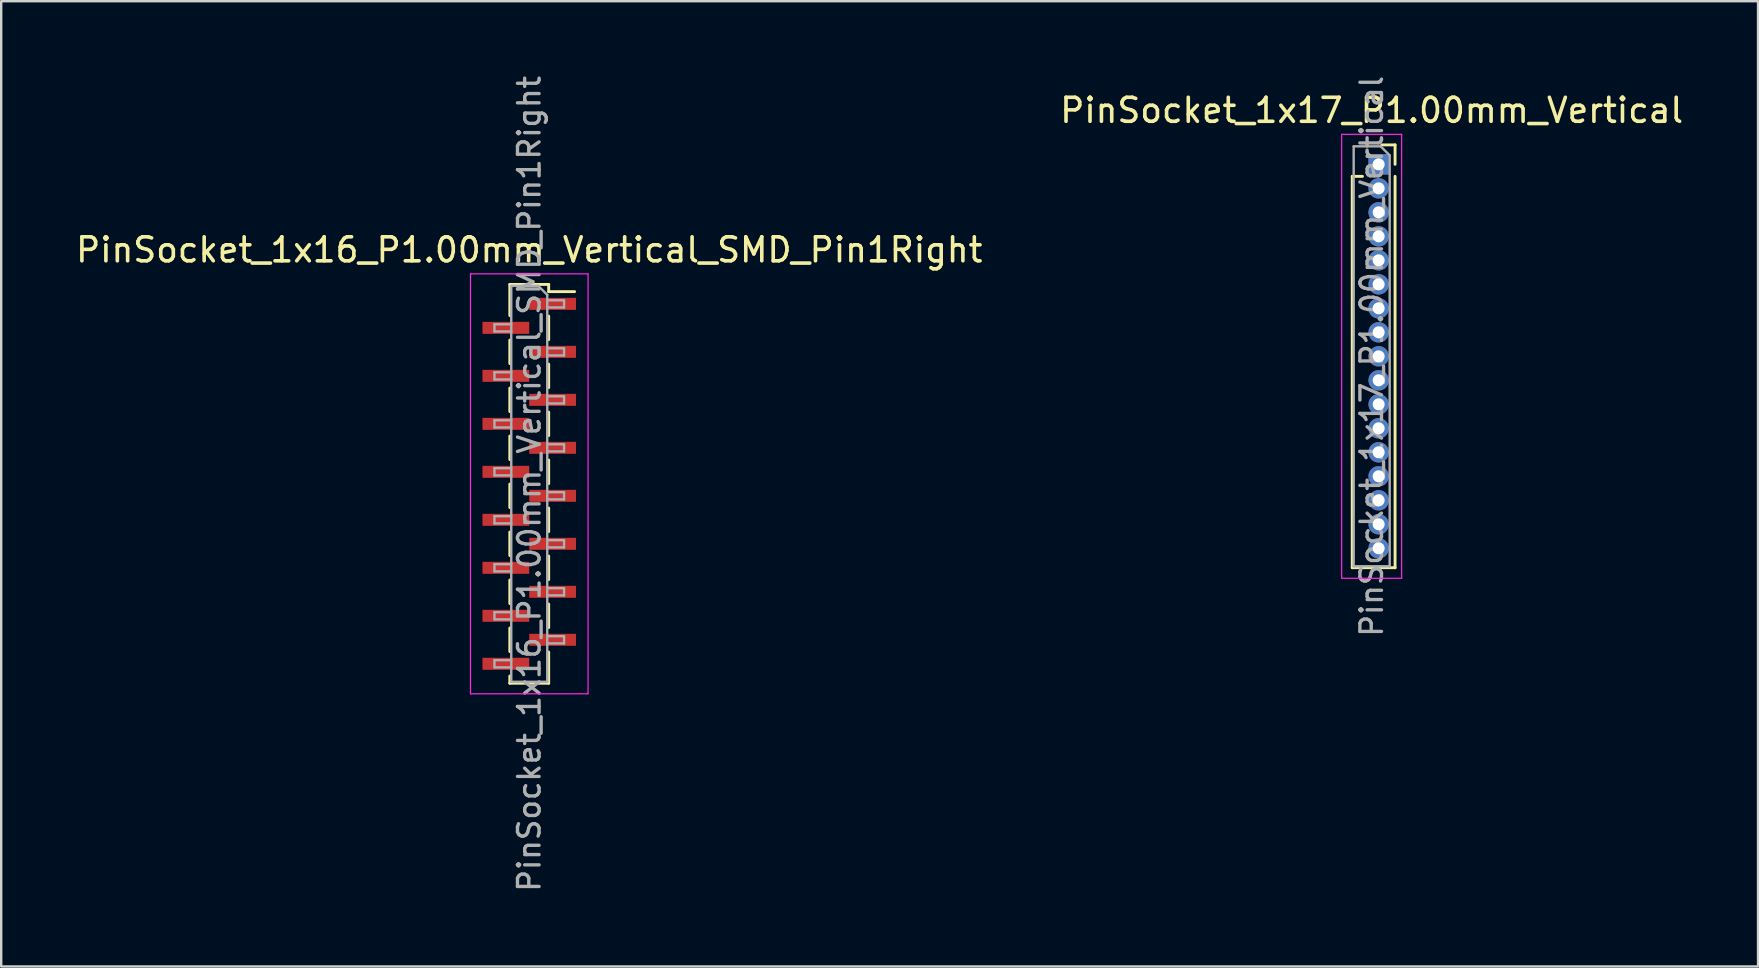
<source format=kicad_pcb>
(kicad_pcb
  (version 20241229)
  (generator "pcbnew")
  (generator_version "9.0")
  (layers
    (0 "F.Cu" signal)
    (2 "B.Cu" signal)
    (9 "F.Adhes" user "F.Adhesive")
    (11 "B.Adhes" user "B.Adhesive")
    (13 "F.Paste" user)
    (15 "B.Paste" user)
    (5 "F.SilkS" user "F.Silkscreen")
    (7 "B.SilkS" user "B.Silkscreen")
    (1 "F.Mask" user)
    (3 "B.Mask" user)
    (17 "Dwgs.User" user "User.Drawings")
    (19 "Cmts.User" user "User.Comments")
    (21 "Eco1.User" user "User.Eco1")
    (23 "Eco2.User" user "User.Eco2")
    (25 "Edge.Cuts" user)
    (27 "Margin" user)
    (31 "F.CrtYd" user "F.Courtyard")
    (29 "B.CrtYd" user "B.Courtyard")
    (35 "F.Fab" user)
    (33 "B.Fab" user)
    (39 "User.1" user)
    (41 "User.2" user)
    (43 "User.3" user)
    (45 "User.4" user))
  (footprint "PinSocket_1x17_P1.00mm_Vertical"
    (layer "F.Cu")
    (at 54.403 3.799)
    (property "Reference" "PinSocket_1x17_P1.00mm_Vertical" (at -0.29 -2.25 0) (layer "F.SilkS") (effects (font (size 1 1) (thickness 0.15))))
    (attr through_hole)
    (fp_line (start -1.1 0.5) (end -1.1 16.81) (stroke (width 0.12) (type solid)) (layer "F.SilkS"))
    (fp_line (start -1.1 0.5) (end -0.674 0.5) (stroke (width 0.12) (type solid)) (layer "F.SilkS"))
    (fp_line (start -1.1 16.81) (end 0.685 16.81) (stroke (width 0.12) (type solid)) (layer "F.SilkS"))
    (fp_line (start 0.125 -0.81) (end 0.685 -0.81) (stroke (width 0.12) (type solid)) (layer "F.SilkS"))
    (fp_line (start 0.685 -0.81) (end 0.685 0) (stroke (width 0.12) (type solid)) (layer "F.SilkS"))
    (fp_line (start 0.685 0.5) (end 0.685 16.81) (stroke (width 0.12) (type solid)) (layer "F.SilkS"))
    (fp_line (start -1.54 -1.25) (end 0.96 -1.25) (stroke (width 0.05) (type solid)) (layer "F.CrtYd"))
    (fp_line (start -1.54 17.25) (end -1.54 -1.25) (stroke (width 0.05) (type solid)) (layer "F.CrtYd"))
    (fp_line (start 0.96 -1.25) (end 0.96 17.25) (stroke (width 0.05) (type solid)) (layer "F.CrtYd"))
    (fp_line (start 0.96 17.25) (end -1.54 17.25) (stroke (width 0.05) (type solid)) (layer "F.CrtYd"))
    (fp_line (start -1.04 -0.75) (end 0.085 -0.75) (stroke (width 0.1) (type solid)) (layer "F.Fab"))
    (fp_line (start -1.04 16.75) (end -1.04 -0.75) (stroke (width 0.1) (type solid)) (layer "F.Fab"))
    (fp_line (start 0.085 -0.75) (end 0.46 -0.375) (stroke (width 0.1) (type solid)) (layer "F.Fab"))
    (fp_line (start 0.46 -0.375) (end 0.46 16.75) (stroke (width 0.1) (type solid)) (layer "F.Fab"))
    (fp_line (start 0.46 16.75) (end -1.04 16.75) (stroke (width 0.1) (type solid)) (layer "F.Fab"))
    (fp_text user "${REFERENCE}" (at -0.29 8 90) (layer "F.Fab") (effects (font (size 0.9 0.9) (thickness 0.14))))
    (pad "1" thru_hole rect (at 0 0) (size 0.85 0.85) (drill 0.5) (layers "*.Cu" "*.Mask"))
    (pad "2" thru_hole oval (at 0 1) (size 0.85 0.85) (drill 0.5) (layers "*.Cu" "*.Mask"))
    (pad "3" thru_hole oval (at 0 2) (size 0.85 0.85) (drill 0.5) (layers "*.Cu" "*.Mask"))
    (pad "4" thru_hole oval (at 0 3) (size 0.85 0.85) (drill 0.5) (layers "*.Cu" "*.Mask"))
    (pad "5" thru_hole oval (at 0 4) (size 0.85 0.85) (drill 0.5) (layers "*.Cu" "*.Mask"))
    (pad "6" thru_hole oval (at 0 5) (size 0.85 0.85) (drill 0.5) (layers "*.Cu" "*.Mask"))
    (pad "7" thru_hole oval (at 0 6) (size 0.85 0.85) (drill 0.5) (layers "*.Cu" "*.Mask"))
    (pad "8" thru_hole oval (at 0 7) (size 0.85 0.85) (drill 0.5) (layers "*.Cu" "*.Mask"))
    (pad "9" thru_hole oval (at 0 8) (size 0.85 0.85) (drill 0.5) (layers "*.Cu" "*.Mask"))
    (pad "10" thru_hole oval (at 0 9) (size 0.85 0.85) (drill 0.5) (layers "*.Cu" "*.Mask"))
    (pad "11" thru_hole oval (at 0 10) (size 0.85 0.85) (drill 0.5) (layers "*.Cu" "*.Mask"))
    (pad "12" thru_hole oval (at 0 11) (size 0.85 0.85) (drill 0.5) (layers "*.Cu" "*.Mask"))
    (pad "13" thru_hole oval (at 0 12) (size 0.85 0.85) (drill 0.5) (layers "*.Cu" "*.Mask"))
    (pad "14" thru_hole oval (at 0 13) (size 0.85 0.85) (drill 0.5) (layers "*.Cu" "*.Mask"))
    (pad "15" thru_hole oval (at 0 14) (size 0.85 0.85) (drill 0.5) (layers "*.Cu" "*.Mask"))
    (pad "16" thru_hole oval (at 0 15) (size 0.85 0.85) (drill 0.5) (layers "*.Cu" "*.Mask"))
    (pad "17" thru_hole oval (at 0 16) (size 0.85 0.85) (drill 0.5) (layers "*.Cu" "*.Mask")))
  (footprint "PinSocket_1x16_P1.00mm_Vertical_SMD_Pin1Right"
    (layer "F.Cu")
    (at 19.006 17.113)
    (property "Reference" "PinSocket_1x16_P1.00mm_Vertical_SMD_Pin1Right" (at 0 -9.75 0) (layer "F.SilkS") (effects (font (size 1 1) (thickness 0.15))))
    (attr smd)
    (fp_line (start -0.81 -8.31) (end -0.81 -7.01) (stroke (width 0.12) (type solid)) (layer "F.SilkS"))
    (fp_line (start -0.81 -8.31) (end 0.81 -8.31) (stroke (width 0.12) (type solid)) (layer "F.SilkS"))
    (fp_line (start -0.81 -5.99) (end -0.81 -5.01) (stroke (width 0.12) (type solid)) (layer "F.SilkS"))
    (fp_line (start -0.81 -3.99) (end -0.81 -3.01) (stroke (width 0.12) (type solid)) (layer "F.SilkS"))
    (fp_line (start -0.81 -1.99) (end -0.81 -1.01) (stroke (width 0.12) (type solid)) (layer "F.SilkS"))
    (fp_line (start -0.81 0.01) (end -0.81 0.99) (stroke (width 0.12) (type solid)) (layer "F.SilkS"))
    (fp_line (start -0.81 2.01) (end -0.81 2.99) (stroke (width 0.12) (type solid)) (layer "F.SilkS"))
    (fp_line (start -0.81 4.01) (end -0.81 4.99) (stroke (width 0.12) (type solid)) (layer "F.SilkS"))
    (fp_line (start -0.81 6.01) (end -0.81 6.99) (stroke (width 0.12) (type solid)) (layer "F.SilkS"))
    (fp_line (start -0.81 8.01) (end -0.81 8.31) (stroke (width 0.12) (type solid)) (layer "F.SilkS"))
    (fp_line (start -0.81 8.31) (end 0.81 8.31) (stroke (width 0.12) (type solid)) (layer "F.SilkS"))
    (fp_line (start 0.81 -8.31) (end 0.81 -8.01) (stroke (width 0.12) (type solid)) (layer "F.SilkS"))
    (fp_line (start 0.81 -8.01) (end 1.89 -8.01) (stroke (width 0.12) (type solid)) (layer "F.SilkS"))
    (fp_line (start 0.81 -6.99) (end 0.81 -6.01) (stroke (width 0.12) (type solid)) (layer "F.SilkS"))
    (fp_line (start 0.81 -4.99) (end 0.81 -4.01) (stroke (width 0.12) (type solid)) (layer "F.SilkS"))
    (fp_line (start 0.81 -2.99) (end 0.81 -2.01) (stroke (width 0.12) (type solid)) (layer "F.SilkS"))
    (fp_line (start 0.81 -0.99) (end 0.81 -0.01) (stroke (width 0.12) (type solid)) (layer "F.SilkS"))
    (fp_line (start 0.81 1.01) (end 0.81 1.99) (stroke (width 0.12) (type solid)) (layer "F.SilkS"))
    (fp_line (start 0.81 3.01) (end 0.81 3.99) (stroke (width 0.12) (type solid)) (layer "F.SilkS"))
    (fp_line (start 0.81 5.01) (end 0.81 5.99) (stroke (width 0.12) (type solid)) (layer "F.SilkS"))
    (fp_line (start 0.81 7.01) (end 0.81 8.31) (stroke (width 0.12) (type solid)) (layer "F.SilkS"))
    (fp_line (start -2.45 -8.75) (end 2.45 -8.75) (stroke (width 0.05) (type solid)) (layer "F.CrtYd"))
    (fp_line (start -2.45 8.75) (end -2.45 -8.75) (stroke (width 0.05) (type solid)) (layer "F.CrtYd"))
    (fp_line (start 2.45 -8.75) (end 2.45 8.75) (stroke (width 0.05) (type solid)) (layer "F.CrtYd"))
    (fp_line (start 2.45 8.75) (end -2.45 8.75) (stroke (width 0.05) (type solid)) (layer "F.CrtYd"))
    (fp_line (start -1.45 -6.65) (end -0.75 -6.65) (stroke (width 0.1) (type solid)) (layer "F.Fab"))
    (fp_line (start -1.45 -6.35) (end -1.45 -6.65) (stroke (width 0.1) (type solid)) (layer "F.Fab"))
    (fp_line (start -1.45 -4.65) (end -0.75 -4.65) (stroke (width 0.1) (type solid)) (layer "F.Fab"))
    (fp_line (start -1.45 -4.35) (end -1.45 -4.65) (stroke (width 0.1) (type solid)) (layer "F.Fab"))
    (fp_line (start -1.45 -2.65) (end -0.75 -2.65) (stroke (width 0.1) (type solid)) (layer "F.Fab"))
    (fp_line (start -1.45 -2.35) (end -1.45 -2.65) (stroke (width 0.1) (type solid)) (layer "F.Fab"))
    (fp_line (start -1.45 -0.65) (end -0.75 -0.65) (stroke (width 0.1) (type solid)) (layer "F.Fab"))
    (fp_line (start -1.45 -0.35) (end -1.45 -0.65) (stroke (width 0.1) (type solid)) (layer "F.Fab"))
    (fp_line (start -1.45 1.35) (end -0.75 1.35) (stroke (width 0.1) (type solid)) (layer "F.Fab"))
    (fp_line (start -1.45 1.65) (end -1.45 1.35) (stroke (width 0.1) (type solid)) (layer "F.Fab"))
    (fp_line (start -1.45 3.35) (end -0.75 3.35) (stroke (width 0.1) (type solid)) (layer "F.Fab"))
    (fp_line (start -1.45 3.65) (end -1.45 3.35) (stroke (width 0.1) (type solid)) (layer "F.Fab"))
    (fp_line (start -1.45 5.35) (end -0.75 5.35) (stroke (width 0.1) (type solid)) (layer "F.Fab"))
    (fp_line (start -1.45 5.65) (end -1.45 5.35) (stroke (width 0.1) (type solid)) (layer "F.Fab"))
    (fp_line (start -1.45 7.35) (end -0.75 7.35) (stroke (width 0.1) (type solid)) (layer "F.Fab"))
    (fp_line (start -1.45 7.65) (end -1.45 7.35) (stroke (width 0.1) (type solid)) (layer "F.Fab"))
    (fp_line (start -0.75 -8.25) (end 0.375 -8.25) (stroke (width 0.1) (type solid)) (layer "F.Fab"))
    (fp_line (start -0.75 -6.35) (end -1.45 -6.35) (stroke (width 0.1) (type solid)) (layer "F.Fab"))
    (fp_line (start -0.75 -4.35) (end -1.45 -4.35) (stroke (width 0.1) (type solid)) (layer "F.Fab"))
    (fp_line (start -0.75 -2.35) (end -1.45 -2.35) (stroke (width 0.1) (type solid)) (layer "F.Fab"))
    (fp_line (start -0.75 -0.35) (end -1.45 -0.35) (stroke (width 0.1) (type solid)) (layer "F.Fab"))
    (fp_line (start -0.75 1.65) (end -1.45 1.65) (stroke (width 0.1) (type solid)) (layer "F.Fab"))
    (fp_line (start -0.75 3.65) (end -1.45 3.65) (stroke (width 0.1) (type solid)) (layer "F.Fab"))
    (fp_line (start -0.75 5.65) (end -1.45 5.65) (stroke (width 0.1) (type solid)) (layer "F.Fab"))
    (fp_line (start -0.75 7.65) (end -1.45 7.65) (stroke (width 0.1) (type solid)) (layer "F.Fab"))
    (fp_line (start -0.75 8.25) (end -0.75 -8.25) (stroke (width 0.1) (type solid)) (layer "F.Fab"))
    (fp_line (start 0.375 -8.25) (end 0.75 -7.875) (stroke (width 0.1) (type solid)) (layer "F.Fab"))
    (fp_line (start 0.75 -7.875) (end 0.75 8.25) (stroke (width 0.1) (type solid)) (layer "F.Fab"))
    (fp_line (start 0.75 -7.65) (end 1.45 -7.65) (stroke (width 0.1) (type solid)) (layer "F.Fab"))
    (fp_line (start 0.75 -5.65) (end 1.45 -5.65) (stroke (width 0.1) (type solid)) (layer "F.Fab"))
    (fp_line (start 0.75 -3.65) (end 1.45 -3.65) (stroke (width 0.1) (type solid)) (layer "F.Fab"))
    (fp_line (start 0.75 -1.65) (end 1.45 -1.65) (stroke (width 0.1) (type solid)) (layer "F.Fab"))
    (fp_line (start 0.75 0.35) (end 1.45 0.35) (stroke (width 0.1) (type solid)) (layer "F.Fab"))
    (fp_line (start 0.75 2.35) (end 1.45 2.35) (stroke (width 0.1) (type solid)) (layer "F.Fab"))
    (fp_line (start 0.75 4.35) (end 1.45 4.35) (stroke (width 0.1) (type solid)) (layer "F.Fab"))
    (fp_line (start 0.75 6.35) (end 1.45 6.35) (stroke (width 0.1) (type solid)) (layer "F.Fab"))
    (fp_line (start 0.75 8.25) (end -0.75 8.25) (stroke (width 0.1) (type solid)) (layer "F.Fab"))
    (fp_line (start 1.45 -7.65) (end 1.45 -7.35) (stroke (width 0.1) (type solid)) (layer "F.Fab"))
    (fp_line (start 1.45 -7.35) (end 0.75 -7.35) (stroke (width 0.1) (type solid)) (layer "F.Fab"))
    (fp_line (start 1.45 -5.65) (end 1.45 -5.35) (stroke (width 0.1) (type solid)) (layer "F.Fab"))
    (fp_line (start 1.45 -5.35) (end 0.75 -5.35) (stroke (width 0.1) (type solid)) (layer "F.Fab"))
    (fp_line (start 1.45 -3.65) (end 1.45 -3.35) (stroke (width 0.1) (type solid)) (layer "F.Fab"))
    (fp_line (start 1.45 -3.35) (end 0.75 -3.35) (stroke (width 0.1) (type solid)) (layer "F.Fab"))
    (fp_line (start 1.45 -1.65) (end 1.45 -1.35) (stroke (width 0.1) (type solid)) (layer "F.Fab"))
    (fp_line (start 1.45 -1.35) (end 0.75 -1.35) (stroke (width 0.1) (type solid)) (layer "F.Fab"))
    (fp_line (start 1.45 0.35) (end 1.45 0.65) (stroke (width 0.1) (type solid)) (layer "F.Fab"))
    (fp_line (start 1.45 0.65) (end 0.75 0.65) (stroke (width 0.1) (type solid)) (layer "F.Fab"))
    (fp_line (start 1.45 2.35) (end 1.45 2.65) (stroke (width 0.1) (type solid)) (layer "F.Fab"))
    (fp_line (start 1.45 2.65) (end 0.75 2.65) (stroke (width 0.1) (type solid)) (layer "F.Fab"))
    (fp_line (start 1.45 4.35) (end 1.45 4.65) (stroke (width 0.1) (type solid)) (layer "F.Fab"))
    (fp_line (start 1.45 4.65) (end 0.75 4.65) (stroke (width 0.1) (type solid)) (layer "F.Fab"))
    (fp_line (start 1.45 6.35) (end 1.45 6.65) (stroke (width 0.1) (type solid)) (layer "F.Fab"))
    (fp_line (start 1.45 6.65) (end 0.75 6.65) (stroke (width 0.1) (type solid)) (layer "F.Fab"))
    (fp_text user "${REFERENCE}" (at 0 0 90) (layer "F.Fab") (effects (font (size 0.9 0.9) (thickness 0.14))))
    (pad "1" smd rect (at 0.975 -7.5) (size 1.95 0.5) (layers "F.Cu" "F.Mask" "F.Paste"))
    (pad "2" smd rect (at -0.975 -6.5) (size 1.95 0.5) (layers "F.Cu" "F.Mask" "F.Paste"))
    (pad "3" smd rect (at 0.975 -5.5) (size 1.95 0.5) (layers "F.Cu" "F.Mask" "F.Paste"))
    (pad "4" smd rect (at -0.975 -4.5) (size 1.95 0.5) (layers "F.Cu" "F.Mask" "F.Paste"))
    (pad "5" smd rect (at 0.975 -3.5) (size 1.95 0.5) (layers "F.Cu" "F.Mask" "F.Paste"))
    (pad "6" smd rect (at -0.975 -2.5) (size 1.95 0.5) (layers "F.Cu" "F.Mask" "F.Paste"))
    (pad "7" smd rect (at 0.975 -1.5) (size 1.95 0.5) (layers "F.Cu" "F.Mask" "F.Paste"))
    (pad "8" smd rect (at -0.975 -0.5) (size 1.95 0.5) (layers "F.Cu" "F.Mask" "F.Paste"))
    (pad "9" smd rect (at 0.975 0.5) (size 1.95 0.5) (layers "F.Cu" "F.Mask" "F.Paste"))
    (pad "10" smd rect (at -0.975 1.5) (size 1.95 0.5) (layers "F.Cu" "F.Mask" "F.Paste"))
    (pad "11" smd rect (at 0.975 2.5) (size 1.95 0.5) (layers "F.Cu" "F.Mask" "F.Paste"))
    (pad "12" smd rect (at -0.975 3.5) (size 1.95 0.5) (layers "F.Cu" "F.Mask" "F.Paste"))
    (pad "13" smd rect (at 0.975 4.5) (size 1.95 0.5) (layers "F.Cu" "F.Mask" "F.Paste"))
    (pad "14" smd rect (at -0.975 5.5) (size 1.95 0.5) (layers "F.Cu" "F.Mask" "F.Paste"))
    (pad "15" smd rect (at 0.975 6.5) (size 1.95 0.5) (layers "F.Cu" "F.Mask" "F.Paste"))
    (pad "16" smd rect (at -0.975 7.5) (size 1.95 0.5) (layers "F.Cu" "F.Mask" "F.Paste")))
  (gr_rect
    (start -3 -3)
    (end 70.214 37.226)
    (stroke (width 0.1) (type default))
    (fill no)
    (layer "Edge.Cuts")))
</source>
